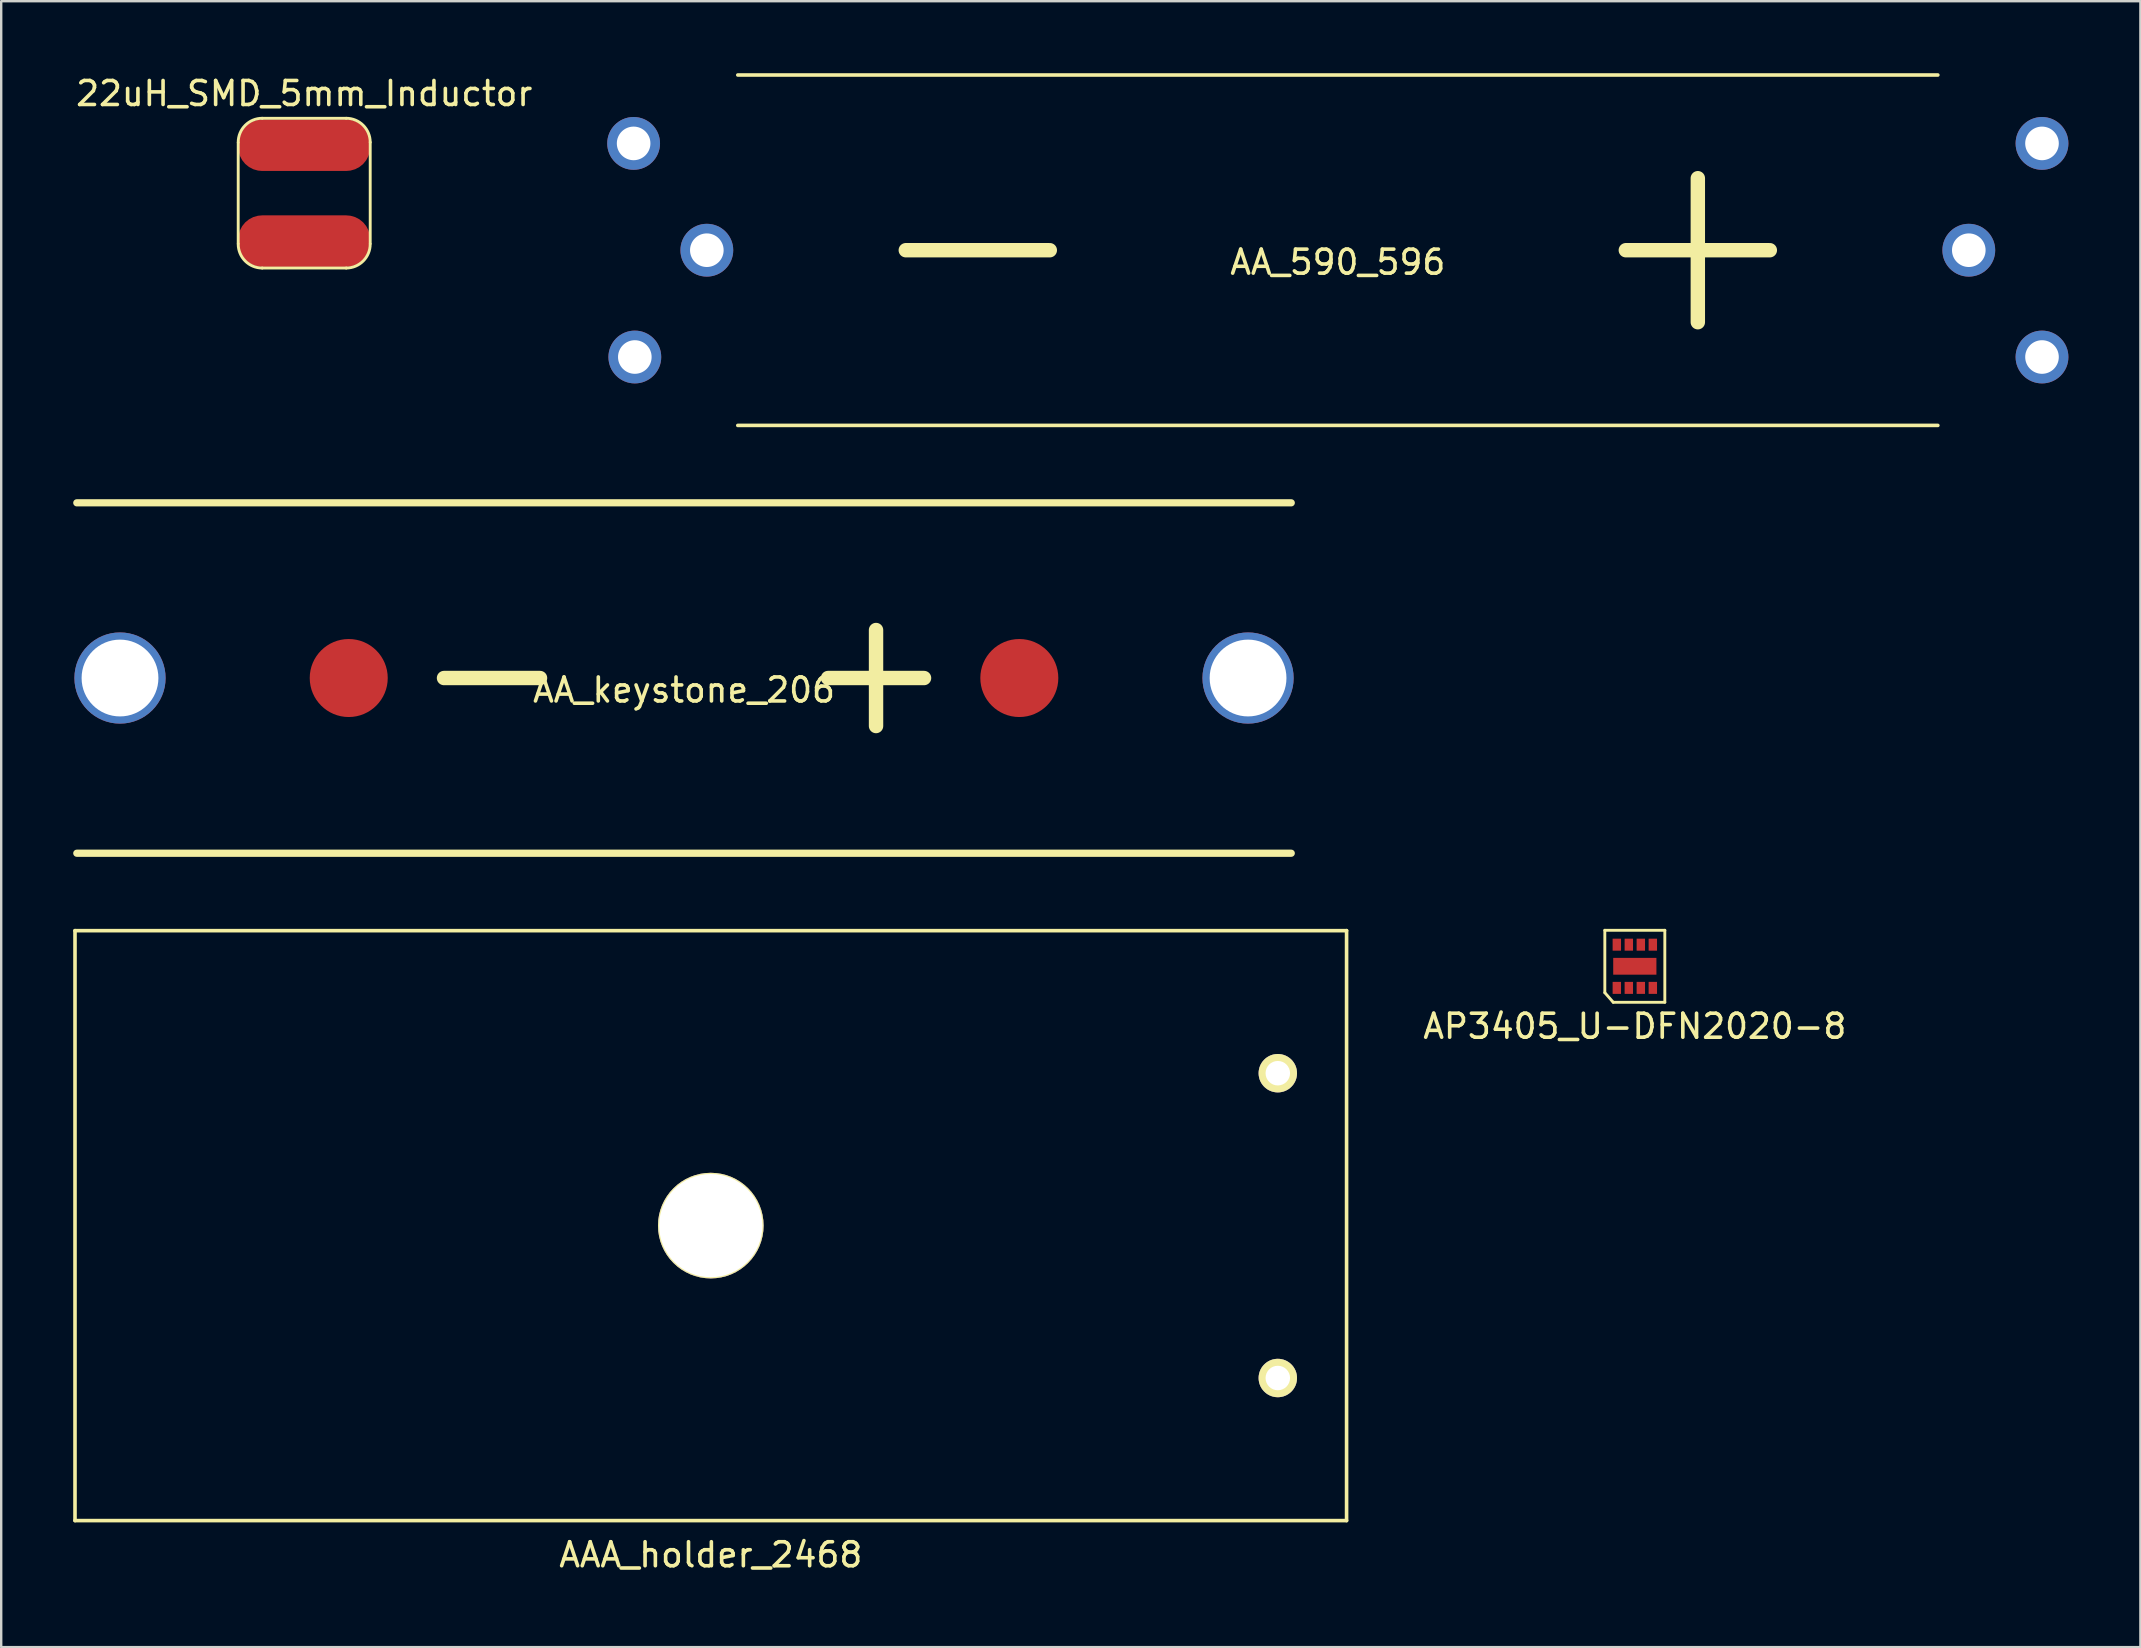
<source format=kicad_pcb>
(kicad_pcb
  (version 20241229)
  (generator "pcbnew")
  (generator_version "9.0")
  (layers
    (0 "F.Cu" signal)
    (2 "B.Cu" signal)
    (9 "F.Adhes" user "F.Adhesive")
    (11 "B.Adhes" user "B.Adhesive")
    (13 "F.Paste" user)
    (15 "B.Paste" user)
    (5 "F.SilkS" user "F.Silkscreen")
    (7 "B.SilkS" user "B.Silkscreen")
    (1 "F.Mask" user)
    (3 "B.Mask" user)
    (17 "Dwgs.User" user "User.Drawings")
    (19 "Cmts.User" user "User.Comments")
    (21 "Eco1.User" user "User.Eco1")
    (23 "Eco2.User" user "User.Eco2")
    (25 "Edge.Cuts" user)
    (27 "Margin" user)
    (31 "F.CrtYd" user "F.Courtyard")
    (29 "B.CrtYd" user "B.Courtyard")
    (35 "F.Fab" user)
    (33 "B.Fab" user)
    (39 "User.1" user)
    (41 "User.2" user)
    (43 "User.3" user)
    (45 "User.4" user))
  (footprint "AA_590_596"
    (layer "F.Cu")
    (at 52.69 7.375)
    (property "Reference" "AA_590_596" (at 0 0.5 0) (layer "F.SilkS") (effects (font (size 1 1) (thickness 0.15))))
    (attr through_hole)
    (fp_line (start -25 7.3) (end 25 7.3) (stroke (width 0.15) (type solid)) (layer "F.SilkS"))
    (fp_line (start -18 0) (end -12 0) (stroke (width 0.6) (type solid)) (layer "F.SilkS"))
    (fp_line (start 12 0) (end 18 0) (stroke (width 0.6) (type solid)) (layer "F.SilkS"))
    (fp_line (start 15 3) (end 15 -3) (stroke (width 0.6) (type solid)) (layer "F.SilkS"))
    (fp_line (start 25 -7.3) (end -25 -7.3) (stroke (width 0.15) (type solid)) (layer "F.SilkS"))
    (pad "1" thru_hole circle (at 26.29 0) (size 2.2 2.2) (drill 1.4) (layers "*.Cu" "*.Mask"))
    (pad "1" thru_hole circle (at 29.34 -4.45) (size 2.2 2.2) (drill 1.4) (layers "*.Cu" "*.Mask"))
    (pad "1" thru_hole circle (at 29.34 4.45) (size 2.2 2.2) (drill 1.4) (layers "*.Cu" "*.Mask"))
    (pad "2" thru_hole circle (at -29.34 -4.45) (size 2.2 2.2) (drill 1.4) (layers "*.Cu" "*.Mask"))
    (pad "2" thru_hole circle (at -29.29 4.45) (size 2.2 2.2) (drill 1.4) (layers "*.Cu" "*.Mask"))
    (pad "2" thru_hole circle (at -26.29 0) (size 2.2 2.2) (drill 1.4) (layers "*.Cu" "*.Mask")))
  (footprint "AP3405_U-DFN2020-8"
    (layer "F.Cu")
    (at 65.065 37.21)
    (property "Reference" "AP3405_U-DFN2020-8" (at 0 2.5 0) (layer "F.SilkS") (effects (font (size 1 1) (thickness 0.15))))
    (attr through_hole)
    (fp_line (start -1.25 -1.5) (end 1.25 -1.5) (stroke (width 0.12) (type solid)) (layer "F.SilkS"))
    (fp_line (start -1.25 1.1) (end -1.25 -1.5) (stroke (width 0.12) (type solid)) (layer "F.SilkS"))
    (fp_line (start -0.9 1.5) (end -1.25 1.1) (stroke (width 0.12) (type solid)) (layer "F.SilkS"))
    (fp_line (start 1.25 -1.5) (end 1.25 1.5) (stroke (width 0.12) (type solid)) (layer "F.SilkS"))
    (fp_line (start 1.25 1.5) (end -0.9 1.5) (stroke (width 0.12) (type solid)) (layer "F.SilkS"))
    (pad "" smd rect (at 0 0) (size 1.8 0.7) (layers "F.Cu" "F.Mask" "F.Paste"))
    (pad "1" smd rect (at -0.75 0.9) (size 0.35 0.5) (layers "F.Cu" "F.Mask" "F.Paste"))
    (pad "2" smd rect (at -0.25 0.9) (size 0.35 0.5) (layers "F.Cu" "F.Mask" "F.Paste"))
    (pad "3" smd rect (at 0.25 0.9) (size 0.35 0.5) (layers "F.Cu" "F.Mask" "F.Paste"))
    (pad "4" smd rect (at 0.75 0.9) (size 0.35 0.5) (layers "F.Cu" "F.Mask" "F.Paste"))
    (pad "5" smd rect (at 0.75 -0.9) (size 0.35 0.5) (layers "F.Cu" "F.Mask" "F.Paste"))
    (pad "6" smd rect (at 0.25 -0.9) (size 0.35 0.5) (layers "F.Cu" "F.Mask" "F.Paste"))
    (pad "7" smd rect (at -0.25 -0.9) (size 0.35 0.5) (layers "F.Cu" "F.Mask" "F.Paste"))
    (pad "8" smd rect (at -0.75 -0.9) (size 0.35 0.5) (layers "F.Cu" "F.Mask" "F.Paste")))
  (footprint "22uH_SMD_5mm_Inductor"
    (layer "F.Cu")
    (at 9.625 4.998)
    (property "Reference" "22uH_SMD_5mm_Inductor" (at 0 -4.15 0) (layer "F.SilkS") (effects (font (size 1 1) (thickness 0.15))))
    (attr through_hole)
    (fp_line (start -2.75 -2.1) (end -2.75 2.1) (stroke (width 0.12) (type solid)) (layer "F.SilkS"))
    (fp_line (start -1.75 3.12) (end 1.75 3.12) (stroke (width 0.12) (type solid)) (layer "F.SilkS"))
    (fp_line (start 1.75 -3.12) (end -1.75 -3.12) (stroke (width 0.12) (type solid)) (layer "F.SilkS"))
    (fp_line (start 2.75 2.1) (end 2.75 -2.12) (stroke (width 0.12) (type solid)) (layer "F.SilkS"))
    (fp_arc (start -2.75 -2.12) (mid -2.457107 -2.827107) (end -1.75 -3.12) (stroke (width 0.12) (type solid)) (layer "F.SilkS"))
    (fp_arc (start -1.75 3.12) (mid -2.457107 2.827107) (end -2.75 2.12) (stroke (width 0.12) (type solid)) (layer "F.SilkS"))
    (fp_arc (start 1.75 -3.12) (mid 2.457107 -2.827107) (end 2.75 -2.12) (stroke (width 0.12) (type solid)) (layer "F.SilkS"))
    (fp_arc (start 2.75 2.12) (mid 2.457107 2.827107) (end 1.75 3.12) (stroke (width 0.12) (type solid)) (layer "F.SilkS"))
    (pad "1" smd roundrect (at 0 -2) (size 5.5 2.15) (layers "F.Cu" "F.Mask" "F.Paste") (roundrect_rratio 0.465))
    (pad "2" smd roundrect (at 0 2) (size 5.5 2.15) (layers "F.Cu" "F.Mask" "F.Paste") (roundrect_rratio 0.465)))
  (footprint "AA_keystone_206"
    (layer "F.Cu")
    (at 25.45 25.2)
    (property "Reference" "AA_keystone_206" (at 0 0.5 0) (layer "F.SilkS") (effects (font (size 1 1) (thickness 0.15))))
    (attr through_hole)
    (fp_line (start -25.3 -7.3) (end 25.3 -7.3) (stroke (width 0.3) (type solid)) (layer "F.SilkS"))
    (fp_line (start -10 0) (end -6 0) (stroke (width 0.6) (type solid)) (layer "F.SilkS"))
    (fp_line (start 8 -2) (end 8 2) (stroke (width 0.6) (type solid)) (layer "F.SilkS"))
    (fp_line (start 10 0) (end 6 0) (stroke (width 0.6) (type solid)) (layer "F.SilkS"))
    (fp_line (start 25.3 7.3) (end -25.3 7.3) (stroke (width 0.3) (type solid)) (layer "F.SilkS"))
    (pad "1" smd circle (at 13.97 0) (size 3.25 3.25) (layers "F.Cu" "F.Mask" "F.Paste"))
    (pad "1" thru_hole circle (at 23.5 0) (size 3.8 3.8) (drill 3.2) (layers "*.Cu" "*.Mask"))
    (pad "2" thru_hole circle (at -23.5 0) (size 3.8 3.8) (drill 3.2) (layers "*.Cu" "*.Mask"))
    (pad "2" smd circle (at -13.97 0) (size 3.25 3.25) (layers "F.Cu" "F.Mask" "F.Paste")))
  (footprint "AAA_holder_2468"
    (layer "F.Cu")
    (at 26.565 48.015)
    (property "Reference" "AAA_holder_2468" (at 0 13.716 0) (layer "F.SilkS") (effects (font (size 1 1) (thickness 0.15))))
    (attr through_hole)
    (fp_line (start -26.49 -12.29) (end -26.49 12.29) (stroke (width 0.15) (type solid)) (layer "F.SilkS"))
    (fp_line (start -26.49 12.29) (end 26.49 12.29) (stroke (width 0.15) (type solid)) (layer "F.SilkS"))
    (fp_line (start 26.49 -12.29) (end -26.49 -12.29) (stroke (width 0.15) (type solid)) (layer "F.SilkS"))
    (fp_line (start 26.49 -12.29) (end 26.49 12.29) (stroke (width 0.15) (type solid)) (layer "F.SilkS"))
    (pad "" thru_hole circle (at 0 0) (size 4.4 4.4) (drill 4.3) (layers "*.Cu" "*.Mask" "F.SilkS"))
    (pad "1" thru_hole circle (at 23.625 6.35) (size 1.6 1.6) (drill 1.02) (layers "*.Cu" "*.Mask" "F.SilkS"))
    (pad "2" thru_hole circle (at 23.625 -6.35) (size 1.6 1.6) (drill 1.02) (layers "*.Cu" "*.Mask" "F.SilkS")))
  (gr_rect
    (start -3 -3)
    (end 86.13 65.579)
    (stroke (width 0.1) (type default))
    (fill no)
    (layer "Edge.Cuts")))
</source>
